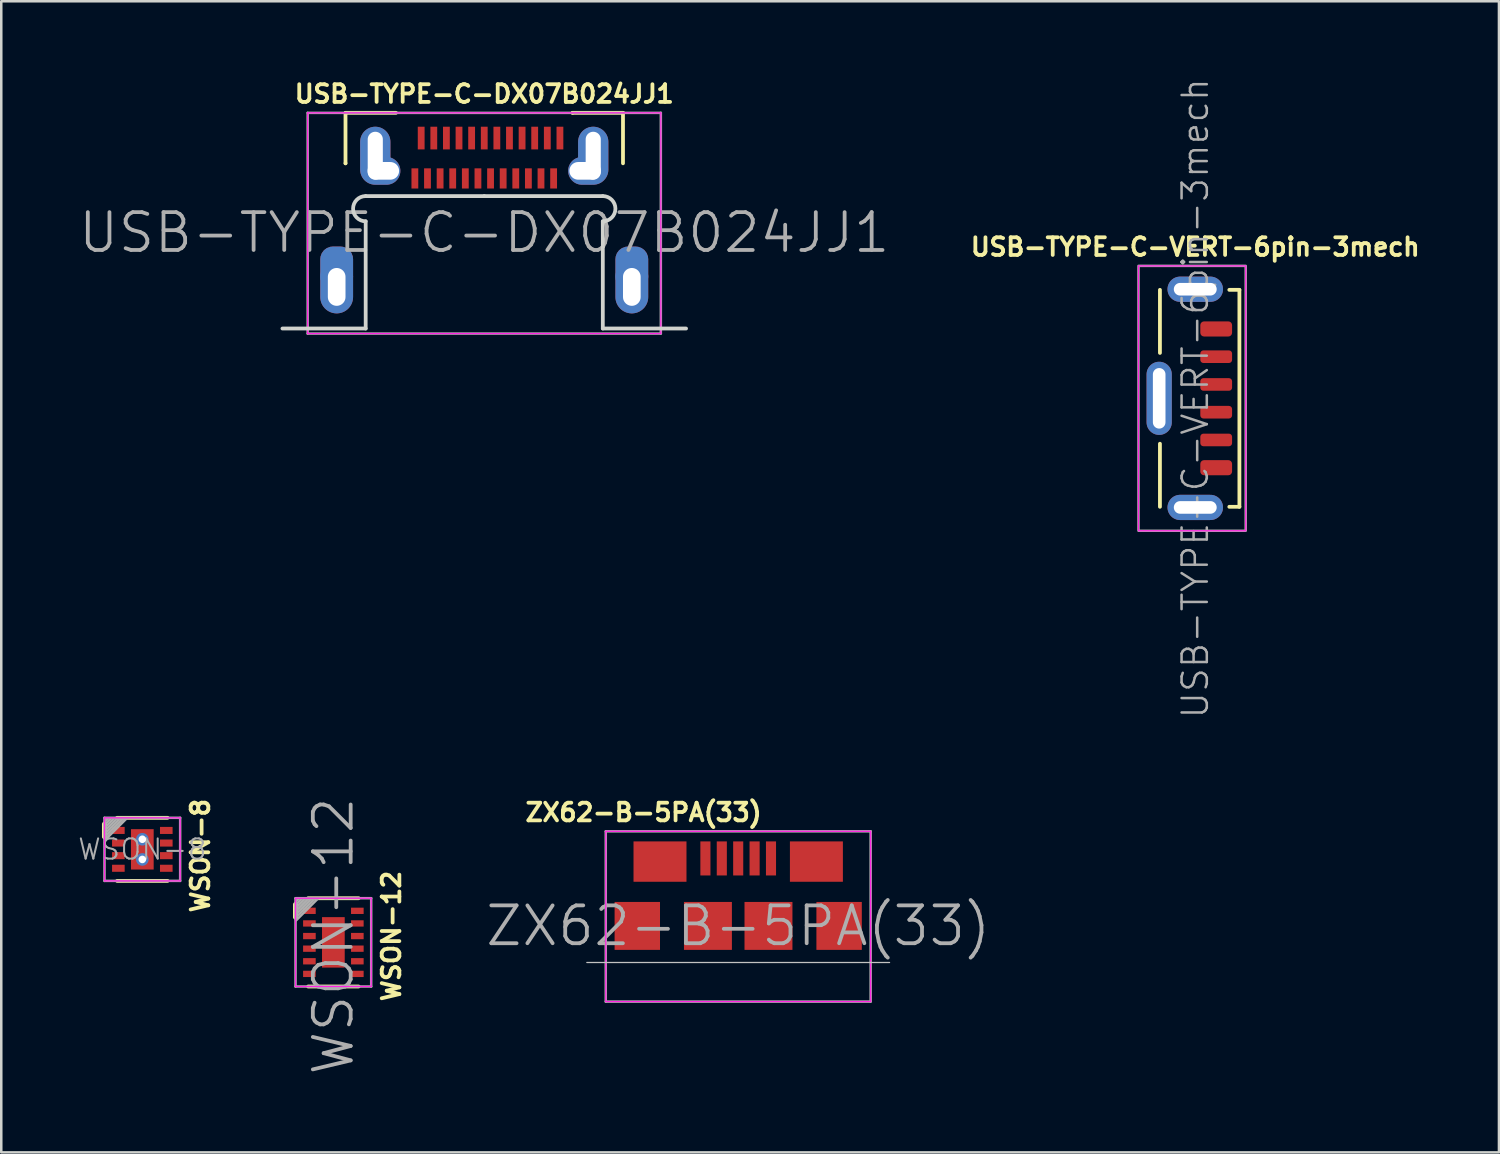
<source format=kicad_pcb>
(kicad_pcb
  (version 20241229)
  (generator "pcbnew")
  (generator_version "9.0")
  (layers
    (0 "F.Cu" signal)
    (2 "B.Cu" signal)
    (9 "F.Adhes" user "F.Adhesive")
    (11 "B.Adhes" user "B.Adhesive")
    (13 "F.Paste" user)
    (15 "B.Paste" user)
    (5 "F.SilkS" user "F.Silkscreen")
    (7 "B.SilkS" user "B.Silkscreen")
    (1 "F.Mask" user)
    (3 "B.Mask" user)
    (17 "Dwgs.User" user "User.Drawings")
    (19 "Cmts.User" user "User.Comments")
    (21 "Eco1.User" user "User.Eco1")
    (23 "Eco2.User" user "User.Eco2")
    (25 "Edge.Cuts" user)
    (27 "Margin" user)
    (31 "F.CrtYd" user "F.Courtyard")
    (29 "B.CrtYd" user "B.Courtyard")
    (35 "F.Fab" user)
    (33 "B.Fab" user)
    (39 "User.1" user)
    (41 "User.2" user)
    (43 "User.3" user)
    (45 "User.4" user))
  (footprint "WSON-8"
    (layer "F.Cu")
    (at 2.592 30.619)
    (property "Reference" "WSON-8" (at 2.3 0.25 90) (layer "F.SilkS") (effects (font (size 0.7 0.7) (thickness 0.15))))
    (attr through_hole)
    (fp_line (start -1.5 -1) (end -1.5 -0.5) (stroke (width 0.2) (type solid)) (layer "F.SilkS"))
    (fp_line (start -1.5 -0.5) (end -1.5 -0.5) (stroke (width 0.15) (type solid)) (layer "F.SilkS"))
    (fp_line (start -1 -1.25) (end 1 -1.25) (stroke (width 0.15) (type solid)) (layer "F.SilkS"))
    (fp_line (start -1 1.25) (end 1 1.25) (stroke (width 0.15) (type solid)) (layer "F.SilkS"))
    (fp_line (start -1.5 -1.25) (end -1.5 1.25) (stroke (width 0.05) (type solid)) (layer "F.CrtYd"))
    (fp_line (start -1.5 -1.25) (end 1.5 -1.25) (stroke (width 0.05) (type solid)) (layer "F.CrtYd"))
    (fp_line (start -1.5 1.25) (end 1.5 1.25) (stroke (width 0.05) (type solid)) (layer "F.CrtYd"))
    (fp_line (start 1.5 1.25) (end 1.5 -1.25) (stroke (width 0.05) (type solid)) (layer "F.CrtYd"))
    (fp_line (start -1.5 -1.25) (end 1.5 -1.25) (stroke (width 0.1) (type solid)) (layer "F.Fab"))
    (fp_line (start -1.5 1.25) (end -1.5 -1.25) (stroke (width 0.1) (type solid)) (layer "F.Fab"))
    (fp_line (start -1.475 -0.625) (end -0.875 -1.225) (stroke (width 0.1) (type solid)) (layer "F.Fab"))
    (fp_line (start -1.375 -1.225) (end -1.475 -1.125) (stroke (width 0.1) (type solid)) (layer "F.Fab"))
    (fp_line (start -1.25 -1.225) (end -1.475 -1) (stroke (width 0.1) (type solid)) (layer "F.Fab"))
    (fp_line (start -1.125 -1.225) (end -1.475 -0.875) (stroke (width 0.1) (type solid)) (layer "F.Fab"))
    (fp_line (start -1 -1.225) (end -1.475 -0.75) (stroke (width 0.1) (type solid)) (layer "F.Fab"))
    (fp_line (start -0.75 -1.225) (end -1.475 -0.5) (stroke (width 0.1) (type solid)) (layer "F.Fab"))
    (fp_line (start -0.625 -1.225) (end -1.475 -0.375) (stroke (width 0.1) (type solid)) (layer "F.Fab"))
    (fp_line (start 1.5 -1.25) (end 1.5 1.25) (stroke (width 0.1) (type solid)) (layer "F.Fab"))
    (fp_line (start 1.5 1.25) (end -1.5 1.25) (stroke (width 0.1) (type solid)) (layer "F.Fab"))
    (fp_text user "${REFERENCE}" (at 0 0 0) (layer "F.Fab") (effects (font (size 0.8 0.8) (thickness 0.08))))
    (pad "" smd rect (at -0.95 -0.75) (size 0.5 0.25) (layers "F.Paste"))
    (pad "" smd rect (at -0.95 -0.25) (size 0.5 0.25) (layers "F.Paste"))
    (pad "" smd rect (at -0.95 0.25) (size 0.5 0.25) (layers "F.Paste"))
    (pad "" smd rect (at -0.95 0.75) (size 0.5 0.25) (layers "F.Paste"))
    (pad "" smd rect (at 0.95 -0.75) (size 0.5 0.25) (layers "F.Paste"))
    (pad "" smd rect (at 0.95 -0.25) (size 0.5 0.25) (layers "F.Paste"))
    (pad "" smd rect (at 0.95 0.25) (size 0.5 0.25) (layers "F.Paste"))
    (pad "" smd rect (at 0.95 0.75) (size 0.5 0.25) (layers "F.Paste"))
    (pad "1" smd rect (at -0.95 -0.75) (size 0.5 0.28) (layers "F.Cu" "F.Mask"))
    (pad "2" smd rect (at -0.95 -0.25) (size 0.5 0.28) (layers "F.Cu" "F.Mask"))
    (pad "3" smd rect (at -0.95 0.25) (size 0.5 0.28) (layers "F.Cu" "F.Mask"))
    (pad "4" smd rect (at -0.95 0.75) (size 0.5 0.28) (layers "F.Cu" "F.Mask"))
    (pad "5" smd rect (at 0.95 0.75) (size 0.5 0.28) (layers "F.Cu" "F.Mask"))
    (pad "6" smd rect (at 0.95 0.25) (size 0.5 0.28) (layers "F.Cu" "F.Mask"))
    (pad "7" smd rect (at 0.95 -0.25) (size 0.5 0.28) (layers "F.Cu" "F.Mask"))
    (pad "8" smd rect (at 0.95 -0.75) (size 0.5 0.28) (layers "F.Cu" "F.Mask"))
    (pad "FLAG" thru_hole circle (at 0 -0.4) (size 0.5 0.5) (drill 0.3) (layers "*.Cu" "*.Mask"))
    (pad "FLAG" smd rect (at 0 0) (size 0.9 1.6) (layers "F.Cu" "F.Mask" "F.Paste"))
    (pad "FLAG" thru_hole circle (at 0 0.4) (size 0.5 0.5) (drill 0.3) (layers "*.Cu" "*.Mask")))
  (footprint "ZX62-B-5PA(33)"
    (layer "F.Cu")
    (at 26.213 33.654)
    (property "Reference" "ZX62-B-5PA(33)" (at -3.75 -4.5 0) (layer "F.SilkS") (effects (font (size 0.7 0.7) (thickness 0.15))))
    (attr through_hole)
    (fp_line (start -6 1.45) (end 6 1.45) (stroke (width 0.05) (type solid)) (layer "Dwgs.User"))
    (fp_line (start -5.25 -3.75) (end -5.25 3) (stroke (width 0.05) (type solid)) (layer "F.CrtYd"))
    (fp_line (start 5.25 -3.75) (end -5.25 -3.75) (stroke (width 0.05) (type solid)) (layer "F.CrtYd"))
    (fp_line (start 5.25 3) (end -5.25 3) (stroke (width 0.05) (type solid)) (layer "F.CrtYd"))
    (fp_line (start 5.25 3) (end 5.25 -3.75) (stroke (width 0.05) (type solid)) (layer "F.CrtYd"))
    (fp_line (start -5.25 -3.75) (end -5.25 3) (stroke (width 0.1) (type solid)) (layer "F.Fab"))
    (fp_line (start 5.25 -3.75) (end -5.25 -3.75) (stroke (width 0.1) (type solid)) (layer "F.Fab"))
    (fp_line (start 5.25 3) (end -5.25 3) (stroke (width 0.1) (type solid)) (layer "F.Fab"))
    (fp_line (start 5.25 3) (end 5.25 -3.75) (stroke (width 0.1) (type solid)) (layer "F.Fab"))
    (fp_text user "${REFERENCE}" (at 0 0 0) (layer "F.Fab") (effects (font (size 1.5 1.5) (thickness 0.15))))
    (pad "1" smd rect (at -1.3 -2.675) (size 0.4 1.35) (layers "F.Cu" "F.Mask" "F.Paste"))
    (pad "2" smd rect (at -0.65 -2.675) (size 0.4 1.35) (layers "F.Cu" "F.Mask" "F.Paste"))
    (pad "3" smd rect (at 0 -2.675) (size 0.4 1.35) (layers "F.Cu" "F.Mask" "F.Paste"))
    (pad "4" smd rect (at 0.65 -2.675) (size 0.4 1.35) (layers "F.Cu" "F.Mask" "F.Paste"))
    (pad "5" smd rect (at 1.3 -2.675) (size 0.4 1.35) (layers "F.Cu" "F.Mask" "F.Paste"))
    (pad "SHIE" smd rect (at -4 0) (size 1.8 1.9) (layers "F.Cu" "F.Mask" "F.Paste"))
    (pad "SHIE" smd rect (at -3.1 -2.55) (size 2.1 1.6) (layers "F.Cu" "F.Mask" "F.Paste"))
    (pad "SHIE" smd rect (at -1.2 0) (size 1.9 1.9) (layers "F.Cu" "F.Mask" "F.Paste"))
    (pad "SHIE" smd rect (at 1.2 0) (size 1.9 1.9) (layers "F.Cu" "F.Mask" "F.Paste"))
    (pad "SHIE" smd rect (at 3.1 -2.55) (size 2.1 1.6) (layers "F.Cu" "F.Mask" "F.Paste"))
    (pad "SHIE" smd rect (at 4 0) (size 1.8 1.9) (layers "F.Cu" "F.Mask" "F.Paste")))
  (footprint "USB-TYPE-C-VERT-6pin-3mech"
    (layer "F.Cu")
    (at 44.331 12.74)
    (property "Reference" "USB-TYPE-C-VERT-6pin-3mech" (at 0 -6 0) (unlocked yes) (layer "F.SilkS") (effects (font (size 0.7 0.7) (thickness 0.15) (bold yes))))
    (attr smd)
    (fp_line (start -1.4 -1.8) (end -1.4 -4.3) (stroke (width 0.15) (type default)) (layer "F.SilkS"))
    (fp_line (start -1.4 1.8) (end -1.4 4.3) (stroke (width 0.15) (type default)) (layer "F.SilkS"))
    (fp_line (start 1.35 -4.3) (end 1.75 -4.3) (stroke (width 0.15) (type default)) (layer "F.SilkS"))
    (fp_line (start 1.75 -4.3) (end 1.75 4.3) (stroke (width 0.15) (type default)) (layer "F.SilkS"))
    (fp_line (start 1.75 4.3) (end 1.35 4.3) (stroke (width 0.15) (type default)) (layer "F.SilkS"))
    (fp_rect (start -2.25 -5.25) (end 2 5.25) (stroke (width 0.05) (type default)) (fill no) (layer "F.CrtYd"))
    (fp_rect (start -2.25 -5.25) (end 2 5.25) (stroke (width 0.1) (type default)) (fill no) (layer "F.Fab"))
    (fp_text user "${REFERENCE}" (at 0 0 90) (unlocked yes) (layer "F.Fab") (effects (font (size 1 1) (thickness 0.1))))
    (pad "A5" smd roundrect (at 0.83 -0.55) (size 1.26 0.5) (layers "F.Cu" "F.Mask" "F.Paste") (roundrect_rratio 0.25))
    (pad "B5" smd roundrect (at 0.83 0.55) (size 1.26 0.5) (layers "F.Cu" "F.Mask" "F.Paste") (roundrect_rratio 0.25))
    (pad "GND" smd roundrect (at 0.83 -2.75) (size 1.26 0.6) (layers "F.Cu" "F.Mask" "F.Paste") (roundrect_rratio 0.25))
    (pad "GND" smd roundrect (at 0.83 2.75) (size 1.26 0.6) (layers "F.Cu" "F.Mask" "F.Paste") (roundrect_rratio 0.25))
    (pad "SHIE" thru_hole oval (at -1.43 0 90) (size 2.9 1) (drill oval 2.4 0.5) (layers "*.Cu" "*.Mask" "F.Paste") (remove_unused_layers yes) (keep_end_layers yes) (zone_layer_connections))
    (pad "SHIE" thru_hole oval (at 0 -4.325) (size 2.2 1) (drill oval 1.7 0.5) (layers "*.Cu" "*.Mask" "F.Paste") (remove_unused_layers yes) (keep_end_layers yes) (zone_layer_connections))
    (pad "SHIE" thru_hole oval (at 0 4.325) (size 2.2 1) (drill oval 1.7 0.5) (layers "*.Cu" "*.Mask" "F.Paste") (remove_unused_layers yes) (keep_end_layers yes) (zone_layer_connections))
    (pad "VBUS" smd roundrect (at 0.83 -1.65) (size 1.26 0.5) (layers "F.Cu" "F.Mask" "F.Paste") (roundrect_rratio 0.25))
    (pad "VBUS" smd roundrect (at 0.83 1.65) (size 1.26 0.5) (layers "F.Cu" "F.Mask" "F.Paste") (roundrect_rratio 0.25)))
  (footprint "WSON-12"
    (layer "F.Cu")
    (at 10.165 34.306)
    (property "Reference" "WSON-12" (at 2.3 -0.25 90) (layer "F.SilkS") (effects (font (size 0.7 0.7) (thickness 0.15))))
    (attr through_hole)
    (fp_line (start -1.5 -1.5) (end -1.5 -1) (stroke (width 0.2) (type solid)) (layer "F.SilkS"))
    (fp_line (start -1.5 -1) (end -1.5 -1) (stroke (width 0.15) (type solid)) (layer "F.SilkS"))
    (fp_line (start -1 -1.75) (end 1 -1.75) (stroke (width 0.15) (type solid)) (layer "F.SilkS"))
    (fp_line (start -1 1.75) (end 1 1.75) (stroke (width 0.15) (type solid)) (layer "F.SilkS"))
    (fp_line (start -1.5 -1.75) (end -1.5 1.75) (stroke (width 0.05) (type solid)) (layer "F.CrtYd"))
    (fp_line (start -1.5 -1.75) (end 1.5 -1.75) (stroke (width 0.05) (type solid)) (layer "F.CrtYd"))
    (fp_line (start -1.5 1.75) (end 1.5 1.75) (stroke (width 0.05) (type solid)) (layer "F.CrtYd"))
    (fp_line (start 1.5 1.75) (end 1.5 -1.75) (stroke (width 0.05) (type solid)) (layer "F.CrtYd"))
    (fp_line (start -1.5 -1.75) (end 1.5 -1.75) (stroke (width 0.1) (type solid)) (layer "F.Fab"))
    (fp_line (start -1.5 1.75) (end -1.5 -1.75) (stroke (width 0.1) (type solid)) (layer "F.Fab"))
    (fp_line (start -1.475 -1.125) (end -0.875 -1.725) (stroke (width 0.1) (type solid)) (layer "F.Fab"))
    (fp_line (start -1.375 -1.725) (end -1.475 -1.625) (stroke (width 0.1) (type solid)) (layer "F.Fab"))
    (fp_line (start -1.25 -1.725) (end -1.475 -1.5) (stroke (width 0.1) (type solid)) (layer "F.Fab"))
    (fp_line (start -1.125 -1.725) (end -1.475 -1.375) (stroke (width 0.1) (type solid)) (layer "F.Fab"))
    (fp_line (start -1 -1.725) (end -1.475 -1.25) (stroke (width 0.1) (type solid)) (layer "F.Fab"))
    (fp_line (start -0.75 -1.725) (end -1.475 -1) (stroke (width 0.1) (type solid)) (layer "F.Fab"))
    (fp_line (start -0.625 -1.725) (end -1.475 -0.875) (stroke (width 0.1) (type solid)) (layer "F.Fab"))
    (fp_line (start 1.5 -1.75) (end 1.5 1.75) (stroke (width 0.1) (type solid)) (layer "F.Fab"))
    (fp_line (start 1.5 1.75) (end -1.5 1.75) (stroke (width 0.1) (type solid)) (layer "F.Fab"))
    (fp_text user "${REFERENCE}" (at 0 -0.25 90) (layer "F.Fab") (effects (font (size 1.5 1.5) (thickness 0.15))))
    (pad "" smd rect (at 0 0.35) (size 0.84 1) (layers "F.Paste"))
    (pad "1" smd rect (at -0.95 -1.25) (size 0.5 0.25) (layers "F.Cu" "F.Mask" "F.Paste"))
    (pad "2" smd rect (at -0.95 -0.75) (size 0.5 0.25) (layers "F.Cu" "F.Mask" "F.Paste"))
    (pad "3" smd rect (at -0.95 -0.25) (size 0.5 0.25) (layers "F.Cu" "F.Mask" "F.Paste"))
    (pad "4" smd rect (at -0.95 0.25) (size 0.5 0.25) (layers "F.Cu" "F.Mask" "F.Paste"))
    (pad "5" smd rect (at -0.95 0.75) (size 0.5 0.25) (layers "F.Cu" "F.Mask" "F.Paste"))
    (pad "6" smd rect (at -0.95 1.25) (size 0.5 0.25) (layers "F.Cu" "F.Mask" "F.Paste"))
    (pad "7" smd rect (at 0.95 1.25) (size 0.5 0.25) (layers "F.Cu" "F.Mask" "F.Paste"))
    (pad "8" smd rect (at 0.95 0.75) (size 0.5 0.25) (layers "F.Cu" "F.Mask" "F.Paste"))
    (pad "9" smd rect (at 0.95 0.25) (size 0.5 0.25) (layers "F.Cu" "F.Mask" "F.Paste"))
    (pad "10" smd rect (at 0.95 -0.25) (size 0.5 0.25) (layers "F.Cu" "F.Mask" "F.Paste"))
    (pad "11" smd rect (at 0.95 -0.75) (size 0.5 0.25) (layers "F.Cu" "F.Mask" "F.Paste"))
    (pad "12" smd rect (at 0.95 -1.25) (size 0.5 0.25) (layers "F.Cu" "F.Mask" "F.Paste"))
    (pad "FLAG" smd rect (at 0 0) (size 0.9 2) (layers "F.Cu" "F.Mask" "F.Paste")))
  (footprint "USB-TYPE-C-DX07B024JJ1"
    (layer "F.Cu")
    (at 16.146 8.223)
    (property "Reference" "USB-TYPE-C-DX07B024JJ1" (at 0 -7.55 0) (layer "F.SilkS") (effects (font (size 0.7 0.7) (thickness 0.15))))
    (attr through_hole)
    (fp_line (start -5.5 -6.8) (end -5.5 -4.8) (stroke (width 0.15) (type solid)) (layer "F.SilkS"))
    (fp_line (start -5.5 -4.8) (end -5.5 -4.8) (stroke (width 0.15) (type solid)) (layer "F.SilkS"))
    (fp_line (start -3.5 -6.8) (end -5.5 -6.8) (stroke (width 0.15) (type solid)) (layer "F.SilkS"))
    (fp_line (start 3.5 -6.8) (end 3.5 -6.8) (stroke (width 0.15) (type solid)) (layer "F.SilkS"))
    (fp_line (start 5.5 -6.8) (end 3.5 -6.8) (stroke (width 0.15) (type solid)) (layer "F.SilkS"))
    (fp_line (start 5.5 -4.8) (end 5.5 -6.8) (stroke (width 0.15) (type solid)) (layer "F.SilkS"))
    (fp_line (start -8 1.75) (end -4.7 1.75) (stroke (width 0.15) (type solid)) (layer "Edge.Cuts"))
    (fp_line (start -4.7 -3.5) (end 0 -3.5) (stroke (width 0.15) (type solid)) (layer "Edge.Cuts"))
    (fp_line (start -4.7 1.75) (end -4.7 -2.5) (stroke (width 0.15) (type solid)) (layer "Edge.Cuts"))
    (fp_line (start 4.7 -3.5) (end 0 -3.5) (stroke (width 0.15) (type solid)) (layer "Edge.Cuts"))
    (fp_line (start 4.7 1.75) (end 4.7 -2.5) (stroke (width 0.15) (type solid)) (layer "Edge.Cuts"))
    (fp_line (start 8 1.75) (end 4.7 1.75) (stroke (width 0.15) (type solid)) (layer "Edge.Cuts"))
    (fp_arc (start -4.7 -2.5) (mid -5.2 -3) (end -4.7 -3.5) (stroke (width 0.15) (type solid)) (layer "Edge.Cuts"))
    (fp_arc (start 4.7 -3.5) (mid 5.2 -3) (end 4.7 -2.5) (stroke (width 0.15) (type solid)) (layer "Edge.Cuts"))
    (fp_line (start -7 -6.8) (end 7 -6.8) (stroke (width 0.05) (type solid)) (layer "F.CrtYd"))
    (fp_line (start -7 1.95) (end -7 -6.8) (stroke (width 0.05) (type solid)) (layer "F.CrtYd"))
    (fp_line (start 7 -6.8) (end 7 1.95) (stroke (width 0.05) (type solid)) (layer "F.CrtYd"))
    (fp_line (start 7 1.95) (end -7 1.95) (stroke (width 0.05) (type solid)) (layer "F.CrtYd"))
    (fp_line (start -7 -6.8) (end 7 -6.8) (stroke (width 0.1) (type solid)) (layer "F.Fab"))
    (fp_line (start -7 1.95) (end -7 -6.8) (stroke (width 0.1) (type solid)) (layer "F.Fab"))
    (fp_line (start 7 -6.8) (end 7 1.95) (stroke (width 0.1) (type solid)) (layer "F.Fab"))
    (fp_line (start 7 1.95) (end -7 1.95) (stroke (width 0.1) (type solid)) (layer "F.Fab"))
    (fp_text user "${REFERENCE}" (at 0 -2.05 0) (layer "F.Fab") (effects (font (size 1.5 1.5) (thickness 0.15))))
    (pad "" connect roundrect (at -5.85 -0.65) (size 1.3 1.7) (layers "F.Cu" "F.Mask") (roundrect_rratio 0.385))
    (pad "" connect roundrect (at -5.85 -0.65) (size 1.3 1.7) (layers "B.Cu" "B.Mask") (roundrect_rratio 0.385))
    (pad "" thru_hole oval (at -5.85 0.1) (size 1.3 2.1) (drill oval 0.7 1.5) (layers "*.Cu" "*.Mask"))
    (pad "" thru_hole oval (at -4.32 -5.1) (size 1.2 2.3) (drill oval 0.6 1.9) (layers "*.Cu" "*.Mask"))
    (pad "" thru_hole oval (at -4 -4.5) (size 1.35 1.1) (drill oval 1.25 0.7) (layers "*.Cu" "*.Mask"))
    (pad "" thru_hole oval (at 4 -4.5) (size 1.35 1.1) (drill oval 1.25 0.7) (layers "*.Cu" "*.Mask"))
    (pad "" thru_hole oval (at 4.32 -5.1) (size 1.2 2.3) (drill oval 0.6 1.9) (layers "*.Cu" "*.Mask"))
    (pad "" connect roundrect (at 5.85 -0.65) (size 1.3 1.7) (layers "F.Cu" "F.Mask") (roundrect_rratio 0.385))
    (pad "" connect roundrect (at 5.85 -0.65) (size 1.3 1.7) (layers "B.Cu" "B.Mask") (roundrect_rratio 0.385))
    (pad "" thru_hole oval (at 5.85 0.1) (size 1.3 2.1) (drill oval 0.7 1.5) (layers "*.Cu" "*.Mask"))
    (pad "A1" smd rect (at -2.5 -5.8) (size 0.27 0.9) (layers "F.Cu" "F.Mask" "F.Paste"))
    (pad "A2" smd rect (at -2 -5.8) (size 0.27 0.9) (layers "F.Cu" "F.Mask" "F.Paste"))
    (pad "A3" smd rect (at -1.5 -5.8) (size 0.27 0.9) (layers "F.Cu" "F.Mask" "F.Paste"))
    (pad "A4" smd rect (at -1 -5.8) (size 0.27 0.9) (layers "F.Cu" "F.Mask" "F.Paste"))
    (pad "A5" smd rect (at -0.5 -5.8) (size 0.27 0.9) (layers "F.Cu" "F.Mask" "F.Paste"))
    (pad "A6" smd rect (at 0 -5.8) (size 0.27 0.9) (layers "F.Cu" "F.Mask" "F.Paste"))
    (pad "A7" smd rect (at 0.5 -5.8) (size 0.27 0.9) (layers "F.Cu" "F.Mask" "F.Paste"))
    (pad "A8" smd rect (at 1 -5.8) (size 0.27 0.9) (layers "F.Cu" "F.Mask" "F.Paste"))
    (pad "A9" smd rect (at 1.5 -5.8) (size 0.27 0.9) (layers "F.Cu" "F.Mask" "F.Paste"))
    (pad "A10" smd rect (at 2 -5.8) (size 0.27 0.9) (layers "F.Cu" "F.Mask" "F.Paste"))
    (pad "A11" smd rect (at 2.5 -5.8) (size 0.27 0.9) (layers "F.Cu" "F.Mask" "F.Paste"))
    (pad "A12" smd rect (at 3 -5.8) (size 0.27 0.9) (layers "F.Cu" "F.Mask" "F.Paste"))
    (pad "B1" smd rect (at 2.75 -4.2) (size 0.27 0.8) (layers "F.Cu" "F.Mask" "F.Paste"))
    (pad "B2" smd rect (at 2.25 -4.2) (size 0.27 0.8) (layers "F.Cu" "F.Mask" "F.Paste"))
    (pad "B3" smd rect (at 1.75 -4.2) (size 0.27 0.8) (layers "F.Cu" "F.Mask" "F.Paste"))
    (pad "B4" smd rect (at 1.25 -4.2) (size 0.27 0.8) (layers "F.Cu" "F.Mask" "F.Paste"))
    (pad "B5" smd rect (at 0.75 -4.2) (size 0.27 0.8) (layers "F.Cu" "F.Mask" "F.Paste"))
    (pad "B6" smd rect (at 0.25 -4.2) (size 0.27 0.8) (layers "F.Cu" "F.Mask" "F.Paste"))
    (pad "B7" smd rect (at -0.25 -4.2) (size 0.27 0.8) (layers "F.Cu" "F.Mask" "F.Paste"))
    (pad "B8" smd rect (at -0.75 -4.2) (size 0.27 0.8) (layers "F.Cu" "F.Mask" "F.Paste"))
    (pad "B9" smd rect (at -1.25 -4.2) (size 0.27 0.8) (layers "F.Cu" "F.Mask" "F.Paste"))
    (pad "B10" smd rect (at -1.75 -4.2) (size 0.27 0.8) (layers "F.Cu" "F.Mask" "F.Paste"))
    (pad "B11" smd rect (at -2.25 -4.2) (size 0.27 0.8) (layers "F.Cu" "F.Mask" "F.Paste"))
    (pad "B12" smd rect (at -2.75 -4.2) (size 0.27 0.8) (layers "F.Cu" "F.Mask" "F.Paste")))
  (gr_rect
    (start -3 -3)
    (end 56.37 42.631)
    (stroke (width 0.1) (type default))
    (fill no)
    (layer "Edge.Cuts")))
</source>
